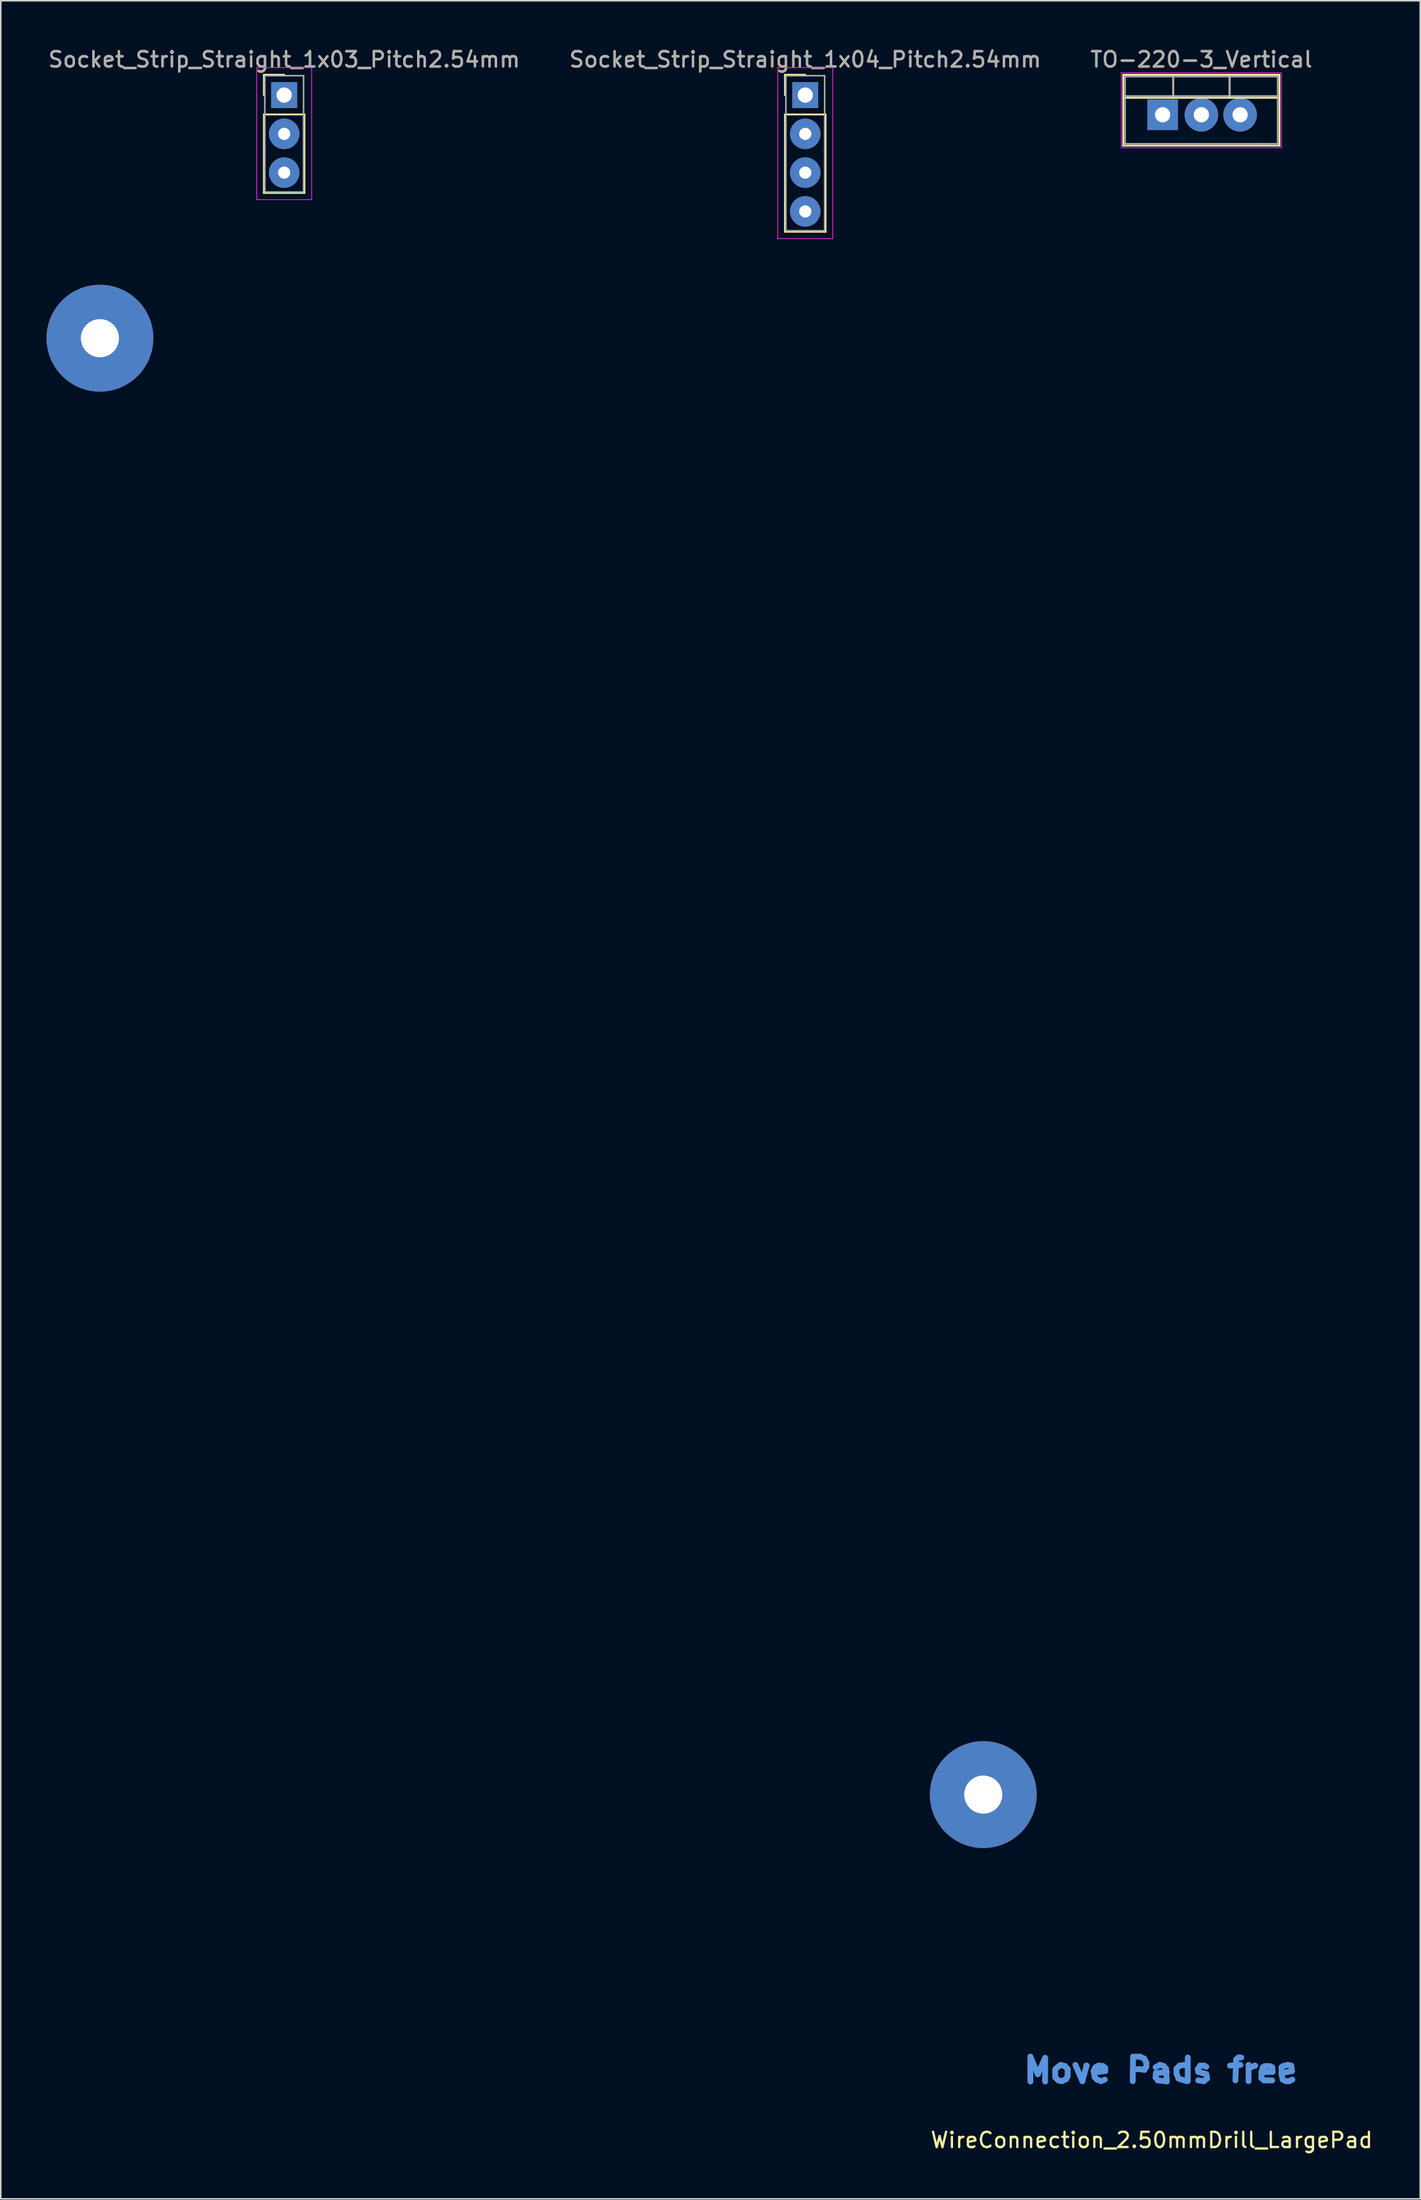
<source format=kicad_pcb>
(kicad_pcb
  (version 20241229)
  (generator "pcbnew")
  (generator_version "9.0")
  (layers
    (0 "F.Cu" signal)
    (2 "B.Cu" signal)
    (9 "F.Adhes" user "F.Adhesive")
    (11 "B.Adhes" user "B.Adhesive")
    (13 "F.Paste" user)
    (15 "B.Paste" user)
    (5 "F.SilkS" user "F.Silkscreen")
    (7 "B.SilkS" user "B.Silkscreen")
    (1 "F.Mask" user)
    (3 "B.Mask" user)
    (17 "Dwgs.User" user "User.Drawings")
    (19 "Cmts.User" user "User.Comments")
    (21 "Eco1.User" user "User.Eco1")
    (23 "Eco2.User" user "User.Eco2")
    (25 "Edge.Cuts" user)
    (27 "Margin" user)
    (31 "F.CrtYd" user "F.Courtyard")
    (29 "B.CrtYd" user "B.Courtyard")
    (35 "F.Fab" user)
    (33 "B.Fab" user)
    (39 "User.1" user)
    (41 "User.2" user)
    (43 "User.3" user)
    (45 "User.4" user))
  (footprint "WireConnection_2.50mmDrill_LargePad"
    (layer "F.Cu")
    (at 67.589 136.932)
    (property "Reference" "WireConnection_2.50mmDrill_LargePad" (at 4.851 0.203 0) (layer "F.SilkS") (effects (font (size 1 1) (thickness 0.15))))
    (attr through_hole)
    (fp_line (start -3.099 -5.258) (end -2.616 -4.115) (stroke (width 0.381) (type solid)) (layer "Cmts.User"))
    (fp_line (start -3.099 -3.632) (end -3.099 -5.258) (stroke (width 0.381) (type solid)) (layer "Cmts.User"))
    (fp_line (start -2.616 -4.115) (end -2.134 -5.182) (stroke (width 0.381) (type solid)) (layer "Cmts.User"))
    (fp_line (start -2.134 -5.182) (end -2.134 -3.632) (stroke (width 0.381) (type solid)) (layer "Cmts.User"))
    (fp_line (start -1.473 -4.394) (end -1.473 -3.912) (stroke (width 0.381) (type solid)) (layer "Cmts.User"))
    (fp_line (start -1.473 -3.912) (end -1.27 -3.708) (stroke (width 0.381) (type solid)) (layer "Cmts.User"))
    (fp_line (start -1.27 -3.708) (end -1.041 -3.658) (stroke (width 0.381) (type solid)) (layer "Cmts.User"))
    (fp_line (start -1.118 -4.724) (end -1.448 -4.47) (stroke (width 0.381) (type solid)) (layer "Cmts.User"))
    (fp_line (start -1.041 -3.658) (end -0.762 -3.785) (stroke (width 0.381) (type solid)) (layer "Cmts.User"))
    (fp_line (start -0.838 -4.648) (end -1.118 -4.724) (stroke (width 0.381) (type solid)) (layer "Cmts.User"))
    (fp_line (start -0.762 -3.785) (end -0.66 -3.988) (stroke (width 0.381) (type solid)) (layer "Cmts.User"))
    (fp_line (start -0.66 -4.445) (end -0.838 -4.648) (stroke (width 0.381) (type solid)) (layer "Cmts.User"))
    (fp_line (start -0.66 -3.988) (end -0.66 -4.445) (stroke (width 0.381) (type solid)) (layer "Cmts.User"))
    (fp_line (start -0.152 -4.724) (end 0.305 -3.658) (stroke (width 0.381) (type solid)) (layer "Cmts.User"))
    (fp_line (start 0.305 -3.658) (end 0.584 -4.674) (stroke (width 0.381) (type solid)) (layer "Cmts.User"))
    (fp_line (start 0.584 -4.674) (end 0.559 -4.674) (stroke (width 0.381) (type solid)) (layer "Cmts.User"))
    (fp_line (start 1.041 -4.318) (end 1.168 -4.572) (stroke (width 0.381) (type solid)) (layer "Cmts.User"))
    (fp_line (start 1.118 -3.912) (end 1.041 -4.318) (stroke (width 0.381) (type solid)) (layer "Cmts.User"))
    (fp_line (start 1.168 -4.572) (end 1.372 -4.674) (stroke (width 0.381) (type solid)) (layer "Cmts.User"))
    (fp_line (start 1.27 -3.759) (end 1.118 -3.912) (stroke (width 0.381) (type solid)) (layer "Cmts.User"))
    (fp_line (start 1.372 -4.674) (end 1.651 -4.648) (stroke (width 0.381) (type solid)) (layer "Cmts.User"))
    (fp_line (start 1.524 -3.658) (end 1.27 -3.759) (stroke (width 0.381) (type solid)) (layer "Cmts.User"))
    (fp_line (start 1.651 -4.648) (end 1.803 -4.521) (stroke (width 0.381) (type solid)) (layer "Cmts.User"))
    (fp_line (start 1.778 -3.759) (end 1.524 -3.658) (stroke (width 0.381) (type solid)) (layer "Cmts.User"))
    (fp_line (start 1.803 -4.521) (end 1.803 -4.318) (stroke (width 0.381) (type solid)) (layer "Cmts.User"))
    (fp_line (start 1.803 -4.318) (end 1.168 -4.242) (stroke (width 0.381) (type solid)) (layer "Cmts.User"))
    (fp_line (start 3.607 -3.658) (end 3.632 -5.258) (stroke (width 0.381) (type solid)) (layer "Cmts.User"))
    (fp_line (start 3.632 -5.258) (end 4.089 -5.258) (stroke (width 0.381) (type solid)) (layer "Cmts.User"))
    (fp_line (start 4.089 -5.258) (end 4.369 -5.131) (stroke (width 0.381) (type solid)) (layer "Cmts.User"))
    (fp_line (start 4.089 -4.445) (end 3.632 -4.445) (stroke (width 0.381) (type solid)) (layer "Cmts.User"))
    (fp_line (start 4.369 -5.131) (end 4.496 -4.877) (stroke (width 0.381) (type solid)) (layer "Cmts.User"))
    (fp_line (start 4.369 -4.394) (end 4.089 -4.445) (stroke (width 0.381) (type solid)) (layer "Cmts.User"))
    (fp_line (start 4.496 -4.877) (end 4.496 -4.597) (stroke (width 0.381) (type solid)) (layer "Cmts.User"))
    (fp_line (start 4.496 -4.597) (end 4.369 -4.394) (stroke (width 0.381) (type solid)) (layer "Cmts.User"))
    (fp_line (start 5.105 -4.572) (end 5.385 -4.724) (stroke (width 0.381) (type solid)) (layer "Cmts.User"))
    (fp_line (start 5.105 -3.912) (end 5.131 -4.191) (stroke (width 0.381) (type solid)) (layer "Cmts.User"))
    (fp_line (start 5.131 -4.191) (end 5.842 -4.242) (stroke (width 0.381) (type solid)) (layer "Cmts.User"))
    (fp_line (start 5.258 -3.708) (end 5.105 -3.912) (stroke (width 0.381) (type solid)) (layer "Cmts.User"))
    (fp_line (start 5.385 -4.724) (end 5.639 -4.648) (stroke (width 0.381) (type solid)) (layer "Cmts.User"))
    (fp_line (start 5.639 -4.648) (end 5.791 -4.47) (stroke (width 0.381) (type solid)) (layer "Cmts.User"))
    (fp_line (start 5.715 -3.658) (end 5.258 -3.708) (stroke (width 0.381) (type solid)) (layer "Cmts.User"))
    (fp_line (start 5.791 -4.47) (end 5.842 -3.632) (stroke (width 0.381) (type solid)) (layer "Cmts.User"))
    (fp_line (start 6.477 -4.47) (end 6.68 -4.674) (stroke (width 0.381) (type solid)) (layer "Cmts.User"))
    (fp_line (start 6.477 -4.166) (end 6.477 -4.47) (stroke (width 0.381) (type solid)) (layer "Cmts.User"))
    (fp_line (start 6.604 -3.835) (end 6.477 -4.166) (stroke (width 0.381) (type solid)) (layer "Cmts.User"))
    (fp_line (start 6.68 -4.674) (end 7.01 -4.724) (stroke (width 0.381) (type solid)) (layer "Cmts.User"))
    (fp_line (start 6.807 -3.759) (end 6.604 -3.835) (stroke (width 0.381) (type solid)) (layer "Cmts.User"))
    (fp_line (start 7.163 -3.658) (end 6.807 -3.759) (stroke (width 0.381) (type solid)) (layer "Cmts.User"))
    (fp_line (start 7.214 -5.207) (end 7.214 -3.658) (stroke (width 0.381) (type solid)) (layer "Cmts.User"))
    (fp_line (start 7.874 -4.445) (end 7.899 -4.267) (stroke (width 0.381) (type solid)) (layer "Cmts.User"))
    (fp_line (start 7.899 -4.267) (end 8.179 -4.191) (stroke (width 0.381) (type solid)) (layer "Cmts.User"))
    (fp_line (start 8.026 -4.674) (end 7.874 -4.445) (stroke (width 0.381) (type solid)) (layer "Cmts.User"))
    (fp_line (start 8.179 -4.191) (end 8.433 -4.115) (stroke (width 0.381) (type solid)) (layer "Cmts.User"))
    (fp_line (start 8.28 -3.658) (end 7.899 -3.708) (stroke (width 0.381) (type solid)) (layer "Cmts.User"))
    (fp_line (start 8.306 -4.674) (end 8.026 -4.674) (stroke (width 0.381) (type solid)) (layer "Cmts.User"))
    (fp_line (start 8.433 -4.597) (end 8.306 -4.674) (stroke (width 0.381) (type solid)) (layer "Cmts.User"))
    (fp_line (start 8.433 -4.115) (end 8.484 -3.835) (stroke (width 0.381) (type solid)) (layer "Cmts.User"))
    (fp_line (start 8.484 -3.835) (end 8.28 -3.658) (stroke (width 0.381) (type solid)) (layer "Cmts.User"))
    (fp_line (start 9.982 -4.674) (end 10.668 -4.724) (stroke (width 0.381) (type solid)) (layer "Cmts.User"))
    (fp_line (start 10.389 -5.08) (end 10.338 -3.708) (stroke (width 0.381) (type solid)) (layer "Cmts.User"))
    (fp_line (start 10.541 -5.207) (end 10.389 -5.08) (stroke (width 0.381) (type solid)) (layer "Cmts.User"))
    (fp_line (start 10.719 -5.207) (end 10.541 -5.207) (stroke (width 0.381) (type solid)) (layer "Cmts.User"))
    (fp_line (start 11.201 -4.724) (end 11.201 -3.658) (stroke (width 0.381) (type solid)) (layer "Cmts.User"))
    (fp_line (start 11.227 -4.521) (end 11.608 -4.674) (stroke (width 0.381) (type solid)) (layer "Cmts.User"))
    (fp_line (start 11.608 -4.674) (end 11.633 -4.674) (stroke (width 0.381) (type solid)) (layer "Cmts.User"))
    (fp_line (start 12.04 -4.242) (end 12.141 -4.572) (stroke (width 0.381) (type solid)) (layer "Cmts.User"))
    (fp_line (start 12.04 -3.861) (end 12.04 -4.242) (stroke (width 0.381) (type solid)) (layer "Cmts.User"))
    (fp_line (start 12.141 -4.572) (end 12.294 -4.648) (stroke (width 0.381) (type solid)) (layer "Cmts.User"))
    (fp_line (start 12.217 -3.708) (end 12.04 -3.861) (stroke (width 0.381) (type solid)) (layer "Cmts.User"))
    (fp_line (start 12.294 -4.648) (end 12.573 -4.648) (stroke (width 0.381) (type solid)) (layer "Cmts.User"))
    (fp_line (start 12.421 -3.708) (end 12.217 -3.708) (stroke (width 0.381) (type solid)) (layer "Cmts.User"))
    (fp_line (start 12.573 -4.648) (end 12.751 -4.572) (stroke (width 0.381) (type solid)) (layer "Cmts.User"))
    (fp_line (start 12.751 -4.572) (end 12.776 -4.267) (stroke (width 0.381) (type solid)) (layer "Cmts.User"))
    (fp_line (start 12.751 -3.708) (end 12.421 -3.708) (stroke (width 0.381) (type solid)) (layer "Cmts.User"))
    (fp_line (start 12.776 -4.267) (end 12.141 -4.242) (stroke (width 0.381) (type solid)) (layer "Cmts.User"))
    (fp_line (start 13.36 -4.572) (end 13.462 -4.648) (stroke (width 0.381) (type solid)) (layer "Cmts.User"))
    (fp_line (start 13.36 -4.115) (end 13.36 -4.572) (stroke (width 0.381) (type solid)) (layer "Cmts.User"))
    (fp_line (start 13.437 -4.191) (end 13.437 -4.242) (stroke (width 0.381) (type solid)) (layer "Cmts.User"))
    (fp_line (start 13.437 -3.759) (end 13.36 -4.115) (stroke (width 0.381) (type solid)) (layer "Cmts.User"))
    (fp_line (start 13.462 -4.648) (end 13.767 -4.724) (stroke (width 0.381) (type solid)) (layer "Cmts.User"))
    (fp_line (start 13.64 -3.658) (end 13.437 -3.759) (stroke (width 0.381) (type solid)) (layer "Cmts.User"))
    (fp_line (start 13.767 -4.724) (end 13.995 -4.674) (stroke (width 0.381) (type solid)) (layer "Cmts.User"))
    (fp_line (start 13.868 -3.658) (end 13.64 -3.658) (stroke (width 0.381) (type solid)) (layer "Cmts.User"))
    (fp_line (start 13.995 -4.674) (end 14.046 -4.318) (stroke (width 0.381) (type solid)) (layer "Cmts.User"))
    (fp_line (start 14.046 -4.318) (end 13.437 -4.191) (stroke (width 0.381) (type solid)) (layer "Cmts.User"))
    (fp_line (start 14.072 -3.759) (end 13.868 -3.658) (stroke (width 0.381) (type solid)) (layer "Cmts.User"))
    (pad "1" thru_hole circle (at -64.089 -117.828) (size 7 7) (drill 2.499) (layers "*.Cu" "*.Mask"))
    (pad "2" thru_hole circle (at -6.189 -22.428) (size 7 7) (drill 2.499) (layers "*.Cu" "*.Mask")))
  (footprint "Socket_Strip_Straight_1x03_Pitch2.54mm"
    (layer "F.Cu")
    (at 15.577 3.178)
    (property "Reference" "Socket_Strip_Straight_1x03_Pitch2.54mm" (at 0 -2.33 0) (layer "F.SilkS") (effects (font (size 1 1) (thickness 0.15))))
    (attr through_hole)
    (fp_line (start -1.33 -1.33) (end 0 -1.33) (stroke (width 0.12) (type solid)) (layer "F.SilkS"))
    (fp_line (start -1.33 0) (end -1.33 -1.33) (stroke (width 0.12) (type solid)) (layer "F.SilkS"))
    (fp_line (start -1.33 1.27) (end -1.33 6.41) (stroke (width 0.12) (type solid)) (layer "F.SilkS"))
    (fp_line (start -1.33 6.41) (end 1.33 6.41) (stroke (width 0.12) (type solid)) (layer "F.SilkS"))
    (fp_line (start 1.33 1.27) (end -1.33 1.27) (stroke (width 0.12) (type solid)) (layer "F.SilkS"))
    (fp_line (start 1.33 6.41) (end 1.33 1.27) (stroke (width 0.12) (type solid)) (layer "F.SilkS"))
    (fp_line (start -1.8 -1.8) (end -1.8 6.85) (stroke (width 0.05) (type solid)) (layer "F.CrtYd"))
    (fp_line (start -1.8 6.85) (end 1.8 6.85) (stroke (width 0.05) (type solid)) (layer "F.CrtYd"))
    (fp_line (start 1.8 -1.8) (end -1.8 -1.8) (stroke (width 0.05) (type solid)) (layer "F.CrtYd"))
    (fp_line (start 1.8 6.85) (end 1.8 -1.8) (stroke (width 0.05) (type solid)) (layer "F.CrtYd"))
    (fp_line (start -1.27 -1.27) (end -1.27 6.35) (stroke (width 0.1) (type solid)) (layer "F.Fab"))
    (fp_line (start -1.27 6.35) (end 1.27 6.35) (stroke (width 0.1) (type solid)) (layer "F.Fab"))
    (fp_line (start 1.27 -1.27) (end -1.27 -1.27) (stroke (width 0.1) (type solid)) (layer "F.Fab"))
    (fp_line (start 1.27 6.35) (end 1.27 -1.27) (stroke (width 0.1) (type solid)) (layer "F.Fab"))
    (fp_text user "${REFERENCE}" (at 0 -2.33 0) (layer "F.Fab") (effects (font (size 1 1) (thickness 0.15))))
    (pad "1" thru_hole rect (at 0 0) (size 1.7 1.7) (drill 1) (layers "*.Cu" "*.Mask"))
    (pad "2" thru_hole oval (at 0 2.54) (size 2 2) (drill 0.8) (layers "*.Cu" "*.Mask"))
    (pad "3" thru_hole oval (at 0 5.08) (size 2 2) (drill 0.8) (layers "*.Cu" "*.Mask")))
  (footprint "TO-220-3_Vertical"
    (layer "F.Cu")
    (at 73.156 4.468)
    (property "Reference" "TO-220-3_Vertical" (at 2.54 -3.62 0) (layer "F.SilkS") (effects (font (size 1 1) (thickness 0.15))))
    (attr through_hole)
    (fp_line (start -2.58 -2.62) (end -2.58 2.021) (stroke (width 0.12) (type solid)) (layer "F.SilkS"))
    (fp_line (start -2.58 -2.62) (end 7.66 -2.62) (stroke (width 0.12) (type solid)) (layer "F.SilkS"))
    (fp_line (start -2.58 -1.11) (end 7.66 -1.11) (stroke (width 0.12) (type solid)) (layer "F.SilkS"))
    (fp_line (start -2.58 2.021) (end 7.66 2.021) (stroke (width 0.12) (type solid)) (layer "F.SilkS"))
    (fp_line (start 0.69 -2.62) (end 0.69 -1.11) (stroke (width 0.12) (type solid)) (layer "F.SilkS"))
    (fp_line (start 4.391 -2.62) (end 4.391 -1.11) (stroke (width 0.12) (type solid)) (layer "F.SilkS"))
    (fp_line (start 7.66 -2.62) (end 7.66 2.021) (stroke (width 0.12) (type solid)) (layer "F.SilkS"))
    (fp_line (start -2.71 -2.75) (end -2.71 2.16) (stroke (width 0.05) (type solid)) (layer "F.CrtYd"))
    (fp_line (start -2.71 2.16) (end 7.79 2.16) (stroke (width 0.05) (type solid)) (layer "F.CrtYd"))
    (fp_line (start 7.79 -2.75) (end -2.71 -2.75) (stroke (width 0.05) (type solid)) (layer "F.CrtYd"))
    (fp_line (start 7.79 2.16) (end 7.79 -2.75) (stroke (width 0.05) (type solid)) (layer "F.CrtYd"))
    (fp_line (start -2.46 -2.5) (end -2.46 1.9) (stroke (width 0.1) (type solid)) (layer "F.Fab"))
    (fp_line (start -2.46 -1.23) (end 7.54 -1.23) (stroke (width 0.1) (type solid)) (layer "F.Fab"))
    (fp_line (start -2.46 1.9) (end 7.54 1.9) (stroke (width 0.1) (type solid)) (layer "F.Fab"))
    (fp_line (start 0.69 -2.5) (end 0.69 -1.23) (stroke (width 0.1) (type solid)) (layer "F.Fab"))
    (fp_line (start 4.39 -2.5) (end 4.39 -1.23) (stroke (width 0.1) (type solid)) (layer "F.Fab"))
    (fp_line (start 7.54 -2.5) (end -2.46 -2.5) (stroke (width 0.1) (type solid)) (layer "F.Fab"))
    (fp_line (start 7.54 1.9) (end 7.54 -2.5) (stroke (width 0.1) (type solid)) (layer "F.Fab"))
    (fp_text user "${REFERENCE}" (at 2.54 -3.62 0) (layer "F.Fab") (effects (font (size 1 1) (thickness 0.15))))
    (pad "1" thru_hole rect (at 0 0) (size 2 2) (drill 1) (layers "*.Cu" "*.Mask"))
    (pad "2" thru_hole oval (at 2.54 0) (size 2.2 2.2) (drill 1) (layers "*.Cu" "*.Mask"))
    (pad "3" thru_hole oval (at 5.08 0) (size 2.2 2.2) (drill 1) (layers "*.Cu" "*.Mask")))
  (footprint "Socket_Strip_Straight_1x04_Pitch2.54mm"
    (layer "F.Cu")
    (at 49.732 3.178)
    (property "Reference" "Socket_Strip_Straight_1x04_Pitch2.54mm" (at 0 -2.33 0) (layer "F.SilkS") (effects (font (size 1 1) (thickness 0.15))))
    (attr through_hole)
    (fp_line (start -1.33 -1.33) (end 0 -1.33) (stroke (width 0.12) (type solid)) (layer "F.SilkS"))
    (fp_line (start -1.33 0) (end -1.33 -1.33) (stroke (width 0.12) (type solid)) (layer "F.SilkS"))
    (fp_line (start -1.33 1.27) (end -1.33 8.95) (stroke (width 0.12) (type solid)) (layer "F.SilkS"))
    (fp_line (start -1.33 8.95) (end 1.33 8.95) (stroke (width 0.12) (type solid)) (layer "F.SilkS"))
    (fp_line (start 1.33 1.27) (end -1.33 1.27) (stroke (width 0.12) (type solid)) (layer "F.SilkS"))
    (fp_line (start 1.33 8.95) (end 1.33 1.27) (stroke (width 0.12) (type solid)) (layer "F.SilkS"))
    (fp_line (start -1.8 -1.8) (end -1.8 9.4) (stroke (width 0.05) (type solid)) (layer "F.CrtYd"))
    (fp_line (start -1.8 9.4) (end 1.8 9.4) (stroke (width 0.05) (type solid)) (layer "F.CrtYd"))
    (fp_line (start 1.8 -1.8) (end -1.8 -1.8) (stroke (width 0.05) (type solid)) (layer "F.CrtYd"))
    (fp_line (start 1.8 9.4) (end 1.8 -1.8) (stroke (width 0.05) (type solid)) (layer "F.CrtYd"))
    (fp_line (start -1.27 -1.27) (end -1.27 8.89) (stroke (width 0.1) (type solid)) (layer "F.Fab"))
    (fp_line (start -1.27 8.89) (end 1.27 8.89) (stroke (width 0.1) (type solid)) (layer "F.Fab"))
    (fp_line (start 1.27 -1.27) (end -1.27 -1.27) (stroke (width 0.1) (type solid)) (layer "F.Fab"))
    (fp_line (start 1.27 8.89) (end 1.27 -1.27) (stroke (width 0.1) (type solid)) (layer "F.Fab"))
    (fp_text user "${REFERENCE}" (at 0 -2.33 0) (layer "F.Fab") (effects (font (size 1 1) (thickness 0.15))))
    (pad "1" thru_hole rect (at 0 0) (size 1.7 1.7) (drill 1) (layers "*.Cu" "*.Mask"))
    (pad "2" thru_hole oval (at 0 2.54) (size 2 2) (drill 0.8) (layers "*.Cu" "*.Mask"))
    (pad "3" thru_hole oval (at 0 5.08) (size 2 2) (drill 0.8) (layers "*.Cu" "*.Mask"))
    (pad "4" thru_hole oval (at 0 7.62) (size 2 2) (drill 0.8) (layers "*.Cu" "*.Mask")))
  (gr_rect
    (start -3 -3)
    (end 90.042 140.983)
    (stroke (width 0.1) (type default))
    (fill no)
    (layer "Edge.Cuts")))
</source>
